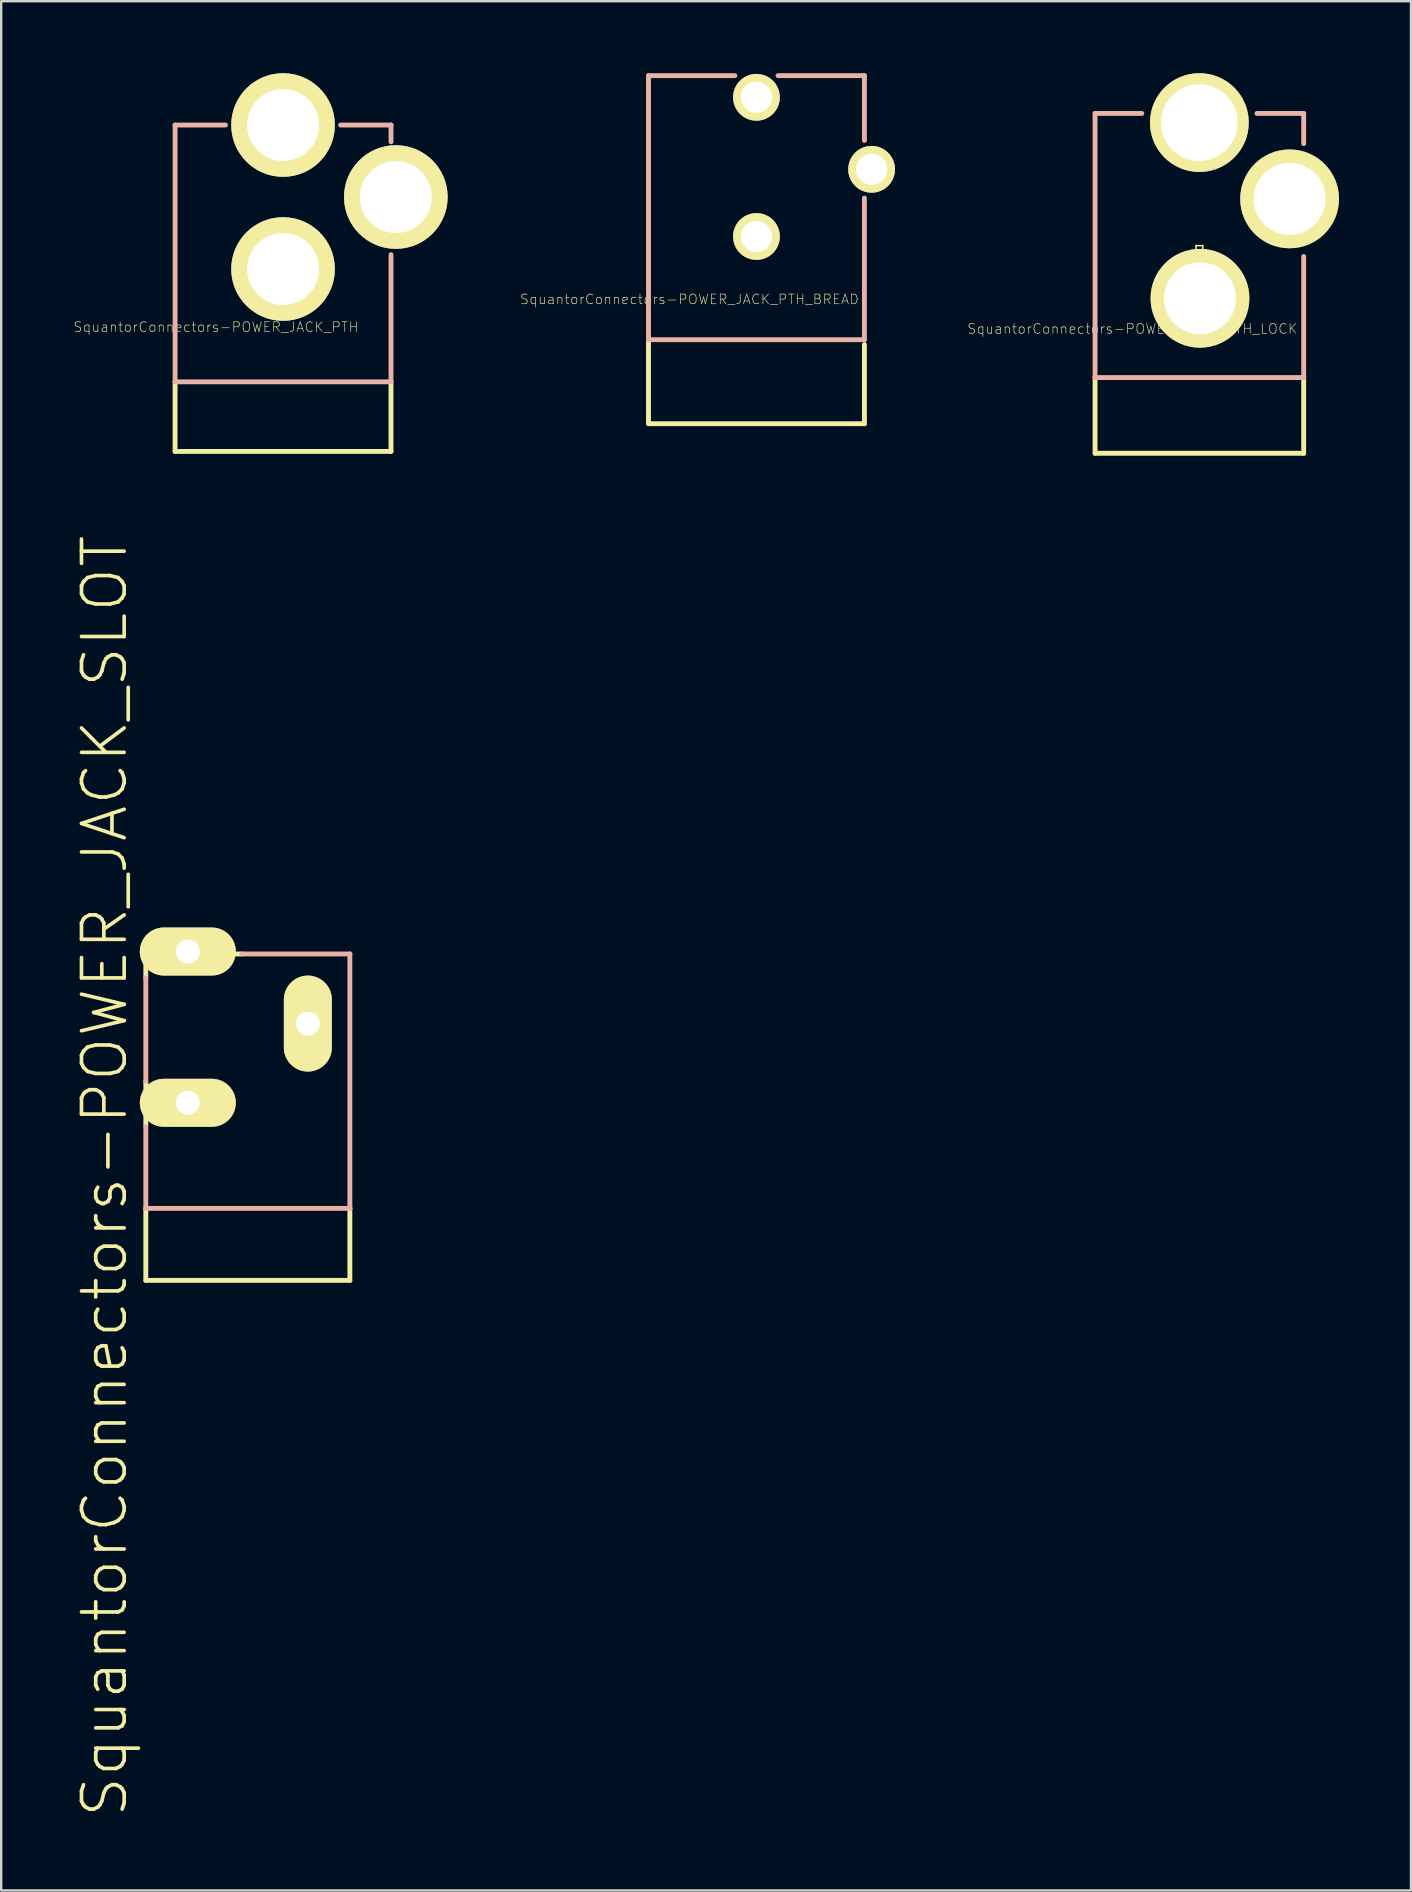
<source format=kicad_pcb>
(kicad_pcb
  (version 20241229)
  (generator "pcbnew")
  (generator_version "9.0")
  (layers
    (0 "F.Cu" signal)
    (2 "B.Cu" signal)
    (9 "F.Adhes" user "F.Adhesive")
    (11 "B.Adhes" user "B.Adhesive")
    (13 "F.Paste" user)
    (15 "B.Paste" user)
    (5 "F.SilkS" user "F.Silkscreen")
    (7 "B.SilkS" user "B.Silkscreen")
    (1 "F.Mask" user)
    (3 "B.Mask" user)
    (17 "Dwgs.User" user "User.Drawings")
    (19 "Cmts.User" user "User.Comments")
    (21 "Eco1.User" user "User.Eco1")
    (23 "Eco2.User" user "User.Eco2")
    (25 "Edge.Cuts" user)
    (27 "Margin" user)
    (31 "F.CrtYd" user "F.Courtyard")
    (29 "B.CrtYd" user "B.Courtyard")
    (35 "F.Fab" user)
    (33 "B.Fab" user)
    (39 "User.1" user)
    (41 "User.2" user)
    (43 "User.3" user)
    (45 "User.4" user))
  (footprint "SquantorConnectors-POWER_JACK_PTH_LOCK"
    (layer "F.Cu")
    (at 46.918 15.933)
    (property "Reference" "SquantorConnectors-POWER_JACK_PTH_LOCK" (at -2.794 -5.283 0) (layer "F.SilkS") (effects (font (size 0.406 0.406) (thickness 0.025))))
    (attr exclude_from_pos_files exclude_from_bom)
    (fp_line (start -4.346 -3.279) (end -4.346 -0.099) (stroke (width 0.203) (type solid)) (layer "F.SilkS"))
    (fp_line (start -0.216 -15.1) (end 0.241 -15.1) (stroke (width 0.066) (type solid)) (layer "F.SilkS"))
    (fp_line (start -0.216 -12.179) (end -0.216 -15.1) (stroke (width 0.066) (type solid)) (layer "F.SilkS"))
    (fp_line (start -0.216 -12.179) (end 0.241 -12.179) (stroke (width 0.066) (type solid)) (layer "F.SilkS"))
    (fp_line (start -0.14 -8.748) (end 0.14 -8.748) (stroke (width 0.066) (type solid)) (layer "F.SilkS"))
    (fp_line (start -0.14 -6.312) (end -0.14 -8.748) (stroke (width 0.066) (type solid)) (layer "F.SilkS"))
    (fp_line (start -0.14 -6.312) (end 0.14 -6.312) (stroke (width 0.066) (type solid)) (layer "F.SilkS"))
    (fp_line (start 0.14 -6.312) (end 0.14 -8.748) (stroke (width 0.066) (type solid)) (layer "F.SilkS"))
    (fp_line (start 0.241 -12.179) (end 0.241 -15.1) (stroke (width 0.066) (type solid)) (layer "F.SilkS"))
    (fp_line (start 4.346 -0.099) (end -4.346 -0.099) (stroke (width 0.203) (type solid)) (layer "F.SilkS"))
    (fp_line (start 4.346 -0.099) (end 4.346 -3.279) (stroke (width 0.203) (type solid)) (layer "F.SilkS"))
    (fp_line (start 4.47 -11.913) (end 4.75 -11.913) (stroke (width 0.066) (type solid)) (layer "F.SilkS"))
    (fp_line (start 4.47 -9.474) (end 4.47 -11.913) (stroke (width 0.066) (type solid)) (layer "F.SilkS"))
    (fp_line (start 4.47 -9.474) (end 4.75 -9.474) (stroke (width 0.066) (type solid)) (layer "F.SilkS"))
    (fp_line (start 4.75 -9.474) (end 4.75 -11.913) (stroke (width 0.066) (type solid)) (layer "F.SilkS"))
    (fp_line (start -4.346 -14.257) (end -2.398 -14.257) (stroke (width 0.203) (type solid)) (layer "B.SilkS"))
    (fp_line (start -4.346 -3.254) (end -4.346 -14.257) (stroke (width 0.203) (type solid)) (layer "B.SilkS"))
    (fp_line (start -4.346 -3.254) (end 4.346 -3.254) (stroke (width 0.203) (type solid)) (layer "B.SilkS"))
    (fp_line (start 4.346 -14.257) (end 2.398 -14.257) (stroke (width 0.203) (type solid)) (layer "B.SilkS"))
    (fp_line (start 4.346 -14.257) (end 4.346 -13) (stroke (width 0.203) (type solid)) (layer "B.SilkS"))
    (fp_line (start 4.346 -3.254) (end 4.346 -8.298) (stroke (width 0.203) (type solid)) (layer "B.SilkS"))
    (pad "GND" thru_hole circle (at 0.025 -6.556) (size 4.115 4.115) (drill 2.997) (layers "*.Cu" "F.Mask" "F.SilkS" "F.Paste"))
    (pad "GNDB" thru_hole circle (at 3.759 -10.698) (size 4.115 4.115) (drill 2.997) (layers "*.Cu" "F.Mask" "F.SilkS" "F.Paste"))
    (pad "PWR" thru_hole circle (at 0 -13.876) (size 4.115 4.115) (drill 3.198) (layers "*.Cu" "F.Mask" "F.SilkS" "F.Paste")))
  (footprint "SquantorConnectors-POWER_JACK_PTH"
    (layer "F.Cu")
    (at 8.742 15.857)
    (property "Reference" "SquantorConnectors-POWER_JACK_PTH" (at -2.794 -5.283 0) (layer "F.SilkS") (effects (font (size 0.406 0.406) (thickness 0.025))))
    (attr exclude_from_pos_files exclude_from_bom)
    (fp_line (start -4.498 -3) (end -4.498 -0.099) (stroke (width 0.203) (type solid)) (layer "F.SilkS"))
    (fp_line (start 4.498 -0.099) (end -4.498 -0.099) (stroke (width 0.203) (type solid)) (layer "F.SilkS"))
    (fp_line (start 4.498 -0.099) (end 4.498 -3) (stroke (width 0.203) (type solid)) (layer "F.SilkS"))
    (fp_line (start -4.498 -13.698) (end -2.398 -13.698) (stroke (width 0.203) (type solid)) (layer "B.SilkS"))
    (fp_line (start -4.498 -3) (end -4.498 -13.698) (stroke (width 0.203) (type solid)) (layer "B.SilkS"))
    (fp_line (start -4.498 -3) (end 4.498 -3) (stroke (width 0.203) (type solid)) (layer "B.SilkS"))
    (fp_line (start 4.498 -13.698) (end 2.398 -13.698) (stroke (width 0.203) (type solid)) (layer "B.SilkS"))
    (fp_line (start 4.498 -13.698) (end 4.498 -13) (stroke (width 0.203) (type solid)) (layer "B.SilkS"))
    (fp_line (start 4.498 -3) (end 4.498 -8.298) (stroke (width 0.203) (type solid)) (layer "B.SilkS"))
    (pad "GND" thru_hole circle (at 0 -7.699) (size 4.318 4.318) (drill 2.997) (layers "*.Cu" "F.Mask" "F.SilkS" "F.Paste"))
    (pad "GNDB" thru_hole circle (at 4.699 -10.698) (size 4.318 4.318) (drill 2.997) (layers "*.Cu" "F.Mask" "F.SilkS" "F.Paste"))
    (pad "PWR" thru_hole circle (at 0 -13.698) (size 4.318 4.318) (drill 2.997) (layers "*.Cu" "F.Mask" "F.SilkS" "F.Paste")))
  (footprint "SquantorConnectors-POWER_JACK_SLOT"
    (layer "F.Cu")
    (at 2.197 50.392)
    (property "Reference" "SquantorConnectors-POWER_JACK_SLOT" (at -0.889 -4.445 90) (layer "F.SilkS") (effects (font (size 1.778 1.778) (thickness 0.152))))
    (attr exclude_from_pos_files exclude_from_bom)
    (fp_line (start 0.828 -13.698) (end 0.828 -12.7) (stroke (width 0.203) (type solid)) (layer "F.SilkS"))
    (fp_line (start 0.828 -8.4) (end 0.828 -6.548) (stroke (width 0.203) (type solid)) (layer "F.SilkS"))
    (fp_line (start 0.828 -3.099) (end 0.828 -0.099) (stroke (width 0.203) (type solid)) (layer "F.SilkS"))
    (fp_line (start 0.978 -13.8) (end 4.178 -13.8) (stroke (width 0.1) (type solid)) (layer "F.SilkS"))
    (fp_line (start 1.478 -14.298) (end 3.678 -14.298) (stroke (width 0.1) (type solid)) (layer "F.SilkS"))
    (fp_line (start 1.478 -7.998) (end 3.678 -7.998) (stroke (width 0.1) (type solid)) (layer "F.SilkS"))
    (fp_line (start 3.678 -13.299) (end 1.478 -13.299) (stroke (width 0.1) (type solid)) (layer "F.SilkS"))
    (fp_line (start 3.678 -6.998) (end 1.478 -6.998) (stroke (width 0.1) (type solid)) (layer "F.SilkS"))
    (fp_line (start 4.829 -13.698) (end 0.828 -13.698) (stroke (width 0.203) (type solid)) (layer "F.SilkS"))
    (fp_line (start 7.079 -9.698) (end 7.079 -11.9) (stroke (width 0.1) (type solid)) (layer "F.SilkS"))
    (fp_line (start 8.08 -11.9) (end 8.08 -9.698) (stroke (width 0.1) (type solid)) (layer "F.SilkS"))
    (fp_line (start 9.329 -0.099) (end 0.828 -0.099) (stroke (width 0.203) (type solid)) (layer "F.SilkS"))
    (fp_line (start 9.329 -0.099) (end 9.329 -3.099) (stroke (width 0.203) (type solid)) (layer "F.SilkS"))
    (fp_arc (start 0.9779 -13.79982) (mid 1.124458 -14.153642) (end 1.47828 -14.3002) (stroke (width 0.1) (type solid)) (layer "F.SilkS"))
    (fp_arc (start 0.9779 -7.49808) (mid 1.124458 -7.851902) (end 1.47828 -7.99846) (stroke (width 0.1) (type solid)) (layer "F.SilkS"))
    (fp_arc (start 1.47828 -13.29944) (mid 1.124458 -13.445998) (end 0.9779 -13.79982) (stroke (width 0.1) (type solid)) (layer "F.SilkS"))
    (fp_arc (start 1.47828 -6.9977) (mid 1.124458 -7.144258) (end 0.9779 -7.49808) (stroke (width 0.1) (type solid)) (layer "F.SilkS"))
    (fp_arc (start 3.67792 -14.29766) (mid 4.029946 -14.151846) (end 4.17576 -13.79982) (stroke (width 0.1) (type solid)) (layer "F.SilkS"))
    (fp_arc (start 3.67792 -7.99846) (mid 4.031742 -7.851902) (end 4.1783 -7.49808) (stroke (width 0.1) (type solid)) (layer "F.SilkS"))
    (fp_arc (start 4.1783 -13.79982) (mid 4.031742 -13.445998) (end 3.67792 -13.29944) (stroke (width 0.1) (type solid)) (layer "F.SilkS"))
    (fp_arc (start 4.1783 -7.49808) (mid 4.031742 -7.144258) (end 3.67792 -6.9977) (stroke (width 0.1) (type solid)) (layer "F.SilkS"))
    (fp_arc (start 7.07898 -11.8999) (mid 7.225538 -12.253722) (end 7.57936 -12.40028) (stroke (width 0.1) (type solid)) (layer "F.SilkS"))
    (fp_arc (start 7.57936 -12.39774) (mid 7.931386 -12.251926) (end 8.0772 -11.8999) (stroke (width 0.1) (type solid)) (layer "F.SilkS"))
    (fp_arc (start 7.57936 -9.19988) (mid 7.227334 -9.345694) (end 7.08152 -9.69772) (stroke (width 0.1) (type solid)) (layer "F.SilkS"))
    (fp_arc (start 8.07974 -9.69772) (mid 7.933182 -9.343898) (end 7.57936 -9.19734) (stroke (width 0.1) (type solid)) (layer "F.SilkS"))
    (fp_line (start 0.828 -12.7) (end 0.828 -8.4) (stroke (width 0.203) (type solid)) (layer "B.SilkS"))
    (fp_line (start 0.828 -6.507) (end 0.828 -3.099) (stroke (width 0.203) (type solid)) (layer "B.SilkS"))
    (fp_line (start 0.828 -3.099) (end 9.329 -3.099) (stroke (width 0.203) (type solid)) (layer "B.SilkS"))
    (fp_line (start 9.329 -13.698) (end 4.829 -13.698) (stroke (width 0.203) (type solid)) (layer "B.SilkS"))
    (fp_line (start 9.329 -3.099) (end 9.279 -3.099) (stroke (width 0.203) (type solid)) (layer "B.SilkS"))
    (fp_line (start 9.329 -3.099) (end 9.329 -13.698) (stroke (width 0.203) (type solid)) (layer "B.SilkS"))
    (pad "GND@" thru_hole oval (at 2.578 -7.498 90) (size 1.999 3.998) (drill 0.998) (layers "*.Cu" "F.Mask" "F.SilkS" "F.Paste"))
    (pad "GND@" thru_hole oval (at 7.579 -10.798 180) (size 1.999 3.998) (drill 0.998) (layers "*.Cu" "F.Mask" "F.SilkS" "F.Paste"))
    (pad "PWR" thru_hole oval (at 2.578 -13.8 90) (size 1.999 3.998) (drill 0.998) (layers "*.Cu" "F.Mask" "F.SilkS" "F.Paste")))
  (footprint "SquantorConnectors-POWER_JACK_PTH_BREAD"
    (layer "F.Cu")
    (at 28.465 14.702)
    (property "Reference" "SquantorConnectors-POWER_JACK_PTH_BREAD" (at -2.794 -5.283 0) (layer "F.SilkS") (effects (font (size 0.406 0.406) (thickness 0.025))))
    (attr exclude_from_pos_files exclude_from_bom)
    (fp_line (start -4.498 -3.599) (end -4.498 -0.099) (stroke (width 0.203) (type solid)) (layer "F.SilkS"))
    (fp_line (start 4.498 -0.099) (end -4.498 -0.099) (stroke (width 0.203) (type solid)) (layer "F.SilkS"))
    (fp_line (start 4.498 -0.099) (end 4.498 -3.399) (stroke (width 0.203) (type solid)) (layer "F.SilkS"))
    (fp_line (start -4.498 -14.6) (end -0.899 -14.6) (stroke (width 0.203) (type solid)) (layer "B.SilkS"))
    (fp_line (start -4.498 -3.599) (end -4.498 -14.6) (stroke (width 0.203) (type solid)) (layer "B.SilkS"))
    (fp_line (start -4.498 -3.599) (end 4.498 -3.599) (stroke (width 0.203) (type solid)) (layer "B.SilkS"))
    (fp_line (start 4.498 -14.6) (end 0.899 -14.6) (stroke (width 0.203) (type solid)) (layer "B.SilkS"))
    (fp_line (start 4.498 -14.6) (end 4.498 -11.9) (stroke (width 0.203) (type solid)) (layer "B.SilkS"))
    (fp_line (start 4.498 -3.599) (end 4.498 -9.5) (stroke (width 0.203) (type solid)) (layer "B.SilkS"))
    (pad "GND" thru_hole circle (at 0 -7.899) (size 1.948 1.948) (drill 1.298) (layers "*.Cu" "F.Mask" "F.SilkS" "F.Paste"))
    (pad "GNDB" thru_hole circle (at 4.798 -10.698) (size 1.948 1.948) (drill 1.298) (layers "*.Cu" "F.Mask" "F.SilkS" "F.Paste"))
    (pad "PWR" thru_hole circle (at 0 -13.698) (size 1.948 1.948) (drill 1.298) (layers "*.Cu" "F.Mask" "F.SilkS" "F.Paste")))
  (gr_rect
    (start -3 -3)
    (end 55.735 75.71)
    (stroke (width 0.1) (type default))
    (fill no)
    (layer "Edge.Cuts")))
</source>
